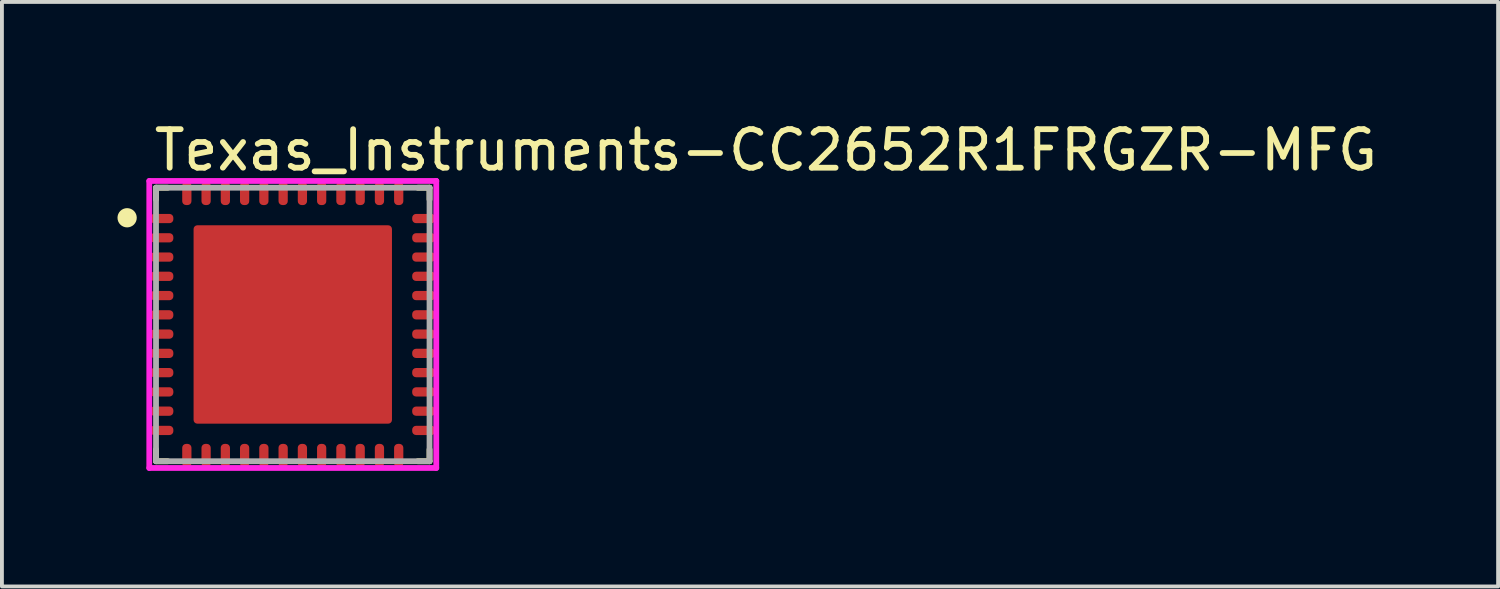
<source format=kicad_pcb>
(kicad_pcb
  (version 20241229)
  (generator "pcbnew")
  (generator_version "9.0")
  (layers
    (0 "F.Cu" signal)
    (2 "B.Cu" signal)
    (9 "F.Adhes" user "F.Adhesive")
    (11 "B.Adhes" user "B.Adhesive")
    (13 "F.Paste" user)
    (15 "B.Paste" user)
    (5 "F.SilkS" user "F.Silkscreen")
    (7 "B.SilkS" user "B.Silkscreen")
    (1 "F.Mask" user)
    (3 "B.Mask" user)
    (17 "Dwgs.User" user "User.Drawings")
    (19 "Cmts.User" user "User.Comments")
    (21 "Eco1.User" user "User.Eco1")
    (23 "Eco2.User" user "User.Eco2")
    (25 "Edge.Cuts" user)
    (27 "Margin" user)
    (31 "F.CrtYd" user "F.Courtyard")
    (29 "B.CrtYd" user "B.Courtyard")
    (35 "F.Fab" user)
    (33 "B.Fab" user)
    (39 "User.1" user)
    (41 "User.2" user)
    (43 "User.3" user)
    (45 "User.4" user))
  (footprint "Texas_Instruments-CC2652R1FRGZR-MFG"
    (layer "F.Cu")
    (at 4.55 5.373)
    (property "Reference" "Texas_Instruments-CC2652R1FRGZR-MFG" (at -3.675 -4.525 0) (layer "F.SilkS") (effects (font (size 1 1) (thickness 0.15)) (justify left)))
    (attr through_hole)
    (fp_line (start -3.55 -3.55) (end -3.245 -3.55) (stroke (width 0.15) (type solid)) (layer "F.SilkS"))
    (fp_line (start -3.55 -3.245) (end -3.55 -3.55) (stroke (width 0.15) (type solid)) (layer "F.SilkS"))
    (fp_line (start -3.55 3.55) (end -3.55 3.245) (stroke (width 0.15) (type solid)) (layer "F.SilkS"))
    (fp_line (start -3.55 3.55) (end -3.245 3.55) (stroke (width 0.15) (type solid)) (layer "F.SilkS"))
    (fp_line (start 3.245 -3.55) (end 3.55 -3.55) (stroke (width 0.15) (type solid)) (layer "F.SilkS"))
    (fp_line (start 3.245 3.55) (end 3.55 3.55) (stroke (width 0.15) (type solid)) (layer "F.SilkS"))
    (fp_line (start 3.55 -3.245) (end 3.55 -3.55) (stroke (width 0.15) (type solid)) (layer "F.SilkS"))
    (fp_line (start 3.55 3.55) (end 3.55 3.245) (stroke (width 0.15) (type solid)) (layer "F.SilkS"))
    (fp_circle (center -4.3 -2.77) (end -4.175 -2.77) (stroke (width 0.25) (type solid)) (fill no) (layer "F.SilkS"))
    (fp_line (start -3.725 -3.725) (end -3.725 3.725) (stroke (width 0.15) (type solid)) (layer "F.CrtYd"))
    (fp_line (start -3.725 3.725) (end 3.725 3.725) (stroke (width 0.15) (type solid)) (layer "F.CrtYd"))
    (fp_line (start 3.725 -3.725) (end -3.725 -3.725) (stroke (width 0.15) (type solid)) (layer "F.CrtYd"))
    (fp_line (start 3.725 -3.725) (end 3.725 -3.725) (stroke (width 0.15) (type solid)) (layer "F.CrtYd"))
    (fp_line (start 3.725 3.725) (end 3.725 -3.725) (stroke (width 0.15) (type solid)) (layer "F.CrtYd"))
    (fp_line (start -3.55 -3.55) (end 3.55 -3.55) (stroke (width 0.15) (type solid)) (layer "F.Fab"))
    (fp_line (start -3.55 3.55) (end -3.55 -3.55) (stroke (width 0.15) (type solid)) (layer "F.Fab"))
    (fp_line (start 3.55 -3.55) (end 3.55 3.55) (stroke (width 0.15) (type solid)) (layer "F.Fab"))
    (fp_line (start 3.55 3.55) (end -3.55 3.55) (stroke (width 0.15) (type solid)) (layer "F.Fab"))
    (pad "" smd roundrect (at -1.89 -1.89) (size 1.06 1.06) (layers "F.Paste") (roundrect_rratio 0.094))
    (pad "" smd roundrect (at -1.89 -0.63) (size 1.06 1.06) (layers "F.Paste") (roundrect_rratio 0.094))
    (pad "" smd roundrect (at -1.89 0.63) (size 1.06 1.06) (layers "F.Paste") (roundrect_rratio 0.094))
    (pad "" smd roundrect (at -1.89 1.89) (size 1.06 1.06) (layers "F.Paste") (roundrect_rratio 0.094))
    (pad "" smd roundrect (at -0.63 -1.89) (size 1.06 1.06) (layers "F.Paste") (roundrect_rratio 0.094))
    (pad "" smd roundrect (at -0.63 -0.63) (size 1.06 1.06) (layers "F.Paste") (roundrect_rratio 0.094))
    (pad "" smd roundrect (at -0.63 0.63) (size 1.06 1.06) (layers "F.Paste") (roundrect_rratio 0.094))
    (pad "" smd roundrect (at -0.63 1.89) (size 1.06 1.06) (layers "F.Paste") (roundrect_rratio 0.094))
    (pad "" smd roundrect (at 0.63 -1.89) (size 1.06 1.06) (layers "F.Paste") (roundrect_rratio 0.094))
    (pad "" smd roundrect (at 0.63 -0.63) (size 1.06 1.06) (layers "F.Paste") (roundrect_rratio 0.094))
    (pad "" smd roundrect (at 0.63 0.63) (size 1.06 1.06) (layers "F.Paste") (roundrect_rratio 0.094))
    (pad "" smd roundrect (at 0.63 1.89) (size 1.06 1.06) (layers "F.Paste") (roundrect_rratio 0.094))
    (pad "" smd roundrect (at 1.89 -1.89) (size 1.06 1.06) (layers "F.Paste") (roundrect_rratio 0.094))
    (pad "" smd roundrect (at 1.89 -0.63) (size 1.06 1.06) (layers "F.Paste") (roundrect_rratio 0.094))
    (pad "" smd roundrect (at 1.89 0.63) (size 1.06 1.06) (layers "F.Paste") (roundrect_rratio 0.094))
    (pad "" smd roundrect (at 1.89 1.89) (size 1.06 1.06) (layers "F.Paste") (roundrect_rratio 0.094))
    (pad "1" smd roundrect (at -3.4 -2.75) (size 0.6 0.24) (layers "F.Cu" "F.Mask" "F.Paste") (roundrect_rratio 0.417))
    (pad "2" smd roundrect (at -3.4 -2.25) (size 0.6 0.24) (layers "F.Cu" "F.Mask" "F.Paste") (roundrect_rratio 0.417))
    (pad "3" smd roundrect (at -3.4 -1.75) (size 0.6 0.24) (layers "F.Cu" "F.Mask" "F.Paste") (roundrect_rratio 0.417))
    (pad "4" smd roundrect (at -3.4 -1.25) (size 0.6 0.24) (layers "F.Cu" "F.Mask" "F.Paste") (roundrect_rratio 0.417))
    (pad "5" smd roundrect (at -3.4 -0.75) (size 0.6 0.24) (layers "F.Cu" "F.Mask" "F.Paste") (roundrect_rratio 0.417))
    (pad "6" smd roundrect (at -3.4 -0.25) (size 0.6 0.24) (layers "F.Cu" "F.Mask" "F.Paste") (roundrect_rratio 0.417))
    (pad "7" smd roundrect (at -3.4 0.25) (size 0.6 0.24) (layers "F.Cu" "F.Mask" "F.Paste") (roundrect_rratio 0.417))
    (pad "8" smd roundrect (at -3.4 0.75) (size 0.6 0.24) (layers "F.Cu" "F.Mask" "F.Paste") (roundrect_rratio 0.417))
    (pad "9" smd roundrect (at -3.4 1.25) (size 0.6 0.24) (layers "F.Cu" "F.Mask" "F.Paste") (roundrect_rratio 0.417))
    (pad "10" smd roundrect (at -3.4 1.75) (size 0.6 0.24) (layers "F.Cu" "F.Mask" "F.Paste") (roundrect_rratio 0.417))
    (pad "11" smd roundrect (at -3.4 2.25) (size 0.6 0.24) (layers "F.Cu" "F.Mask" "F.Paste") (roundrect_rratio 0.417))
    (pad "12" smd roundrect (at -3.4 2.75) (size 0.6 0.24) (layers "F.Cu" "F.Mask" "F.Paste") (roundrect_rratio 0.417))
    (pad "13" smd roundrect (at -2.75 3.4) (size 0.24 0.6) (layers "F.Cu" "F.Mask" "F.Paste") (roundrect_rratio 0.417))
    (pad "14" smd roundrect (at -2.25 3.4) (size 0.24 0.6) (layers "F.Cu" "F.Mask" "F.Paste") (roundrect_rratio 0.417))
    (pad "15" smd roundrect (at -1.75 3.4) (size 0.24 0.6) (layers "F.Cu" "F.Mask" "F.Paste") (roundrect_rratio 0.417))
    (pad "16" smd roundrect (at -1.25 3.4) (size 0.24 0.6) (layers "F.Cu" "F.Mask" "F.Paste") (roundrect_rratio 0.417))
    (pad "17" smd roundrect (at -0.75 3.4) (size 0.24 0.6) (layers "F.Cu" "F.Mask" "F.Paste") (roundrect_rratio 0.417))
    (pad "18" smd roundrect (at -0.25 3.4) (size 0.24 0.6) (layers "F.Cu" "F.Mask" "F.Paste") (roundrect_rratio 0.417))
    (pad "19" smd roundrect (at 0.25 3.4) (size 0.24 0.6) (layers "F.Cu" "F.Mask" "F.Paste") (roundrect_rratio 0.417))
    (pad "20" smd roundrect (at 0.75 3.4) (size 0.24 0.6) (layers "F.Cu" "F.Mask" "F.Paste") (roundrect_rratio 0.417))
    (pad "21" smd roundrect (at 1.25 3.4) (size 0.24 0.6) (layers "F.Cu" "F.Mask" "F.Paste") (roundrect_rratio 0.417))
    (pad "22" smd roundrect (at 1.75 3.4) (size 0.24 0.6) (layers "F.Cu" "F.Mask" "F.Paste") (roundrect_rratio 0.417))
    (pad "23" smd roundrect (at 2.25 3.4) (size 0.24 0.6) (layers "F.Cu" "F.Mask" "F.Paste") (roundrect_rratio 0.417))
    (pad "24" smd roundrect (at 2.75 3.4) (size 0.24 0.6) (layers "F.Cu" "F.Mask" "F.Paste") (roundrect_rratio 0.417))
    (pad "25" smd roundrect (at 3.4 2.75) (size 0.6 0.24) (layers "F.Cu" "F.Mask" "F.Paste") (roundrect_rratio 0.417))
    (pad "26" smd roundrect (at 3.4 2.25) (size 0.6 0.24) (layers "F.Cu" "F.Mask" "F.Paste") (roundrect_rratio 0.417))
    (pad "27" smd roundrect (at 3.4 1.75) (size 0.6 0.24) (layers "F.Cu" "F.Mask" "F.Paste") (roundrect_rratio 0.417))
    (pad "28" smd roundrect (at 3.4 1.25) (size 0.6 0.24) (layers "F.Cu" "F.Mask" "F.Paste") (roundrect_rratio 0.417))
    (pad "29" smd roundrect (at 3.4 0.75) (size 0.6 0.24) (layers "F.Cu" "F.Mask" "F.Paste") (roundrect_rratio 0.417))
    (pad "30" smd roundrect (at 3.4 0.25) (size 0.6 0.24) (layers "F.Cu" "F.Mask" "F.Paste") (roundrect_rratio 0.417))
    (pad "31" smd roundrect (at 3.4 -0.25) (size 0.6 0.24) (layers "F.Cu" "F.Mask" "F.Paste") (roundrect_rratio 0.417))
    (pad "32" smd roundrect (at 3.4 -0.75) (size 0.6 0.24) (layers "F.Cu" "F.Mask" "F.Paste") (roundrect_rratio 0.417))
    (pad "33" smd roundrect (at 3.4 -1.25) (size 0.6 0.24) (layers "F.Cu" "F.Mask" "F.Paste") (roundrect_rratio 0.417))
    (pad "34" smd roundrect (at 3.4 -1.75) (size 0.6 0.24) (layers "F.Cu" "F.Mask" "F.Paste") (roundrect_rratio 0.417))
    (pad "35" smd roundrect (at 3.4 -2.25) (size 0.6 0.24) (layers "F.Cu" "F.Mask" "F.Paste") (roundrect_rratio 0.417))
    (pad "36" smd roundrect (at 3.4 -2.75) (size 0.6 0.24) (layers "F.Cu" "F.Mask" "F.Paste") (roundrect_rratio 0.417))
    (pad "37" smd roundrect (at 2.75 -3.4) (size 0.24 0.6) (layers "F.Cu" "F.Mask" "F.Paste") (roundrect_rratio 0.417))
    (pad "38" smd roundrect (at 2.25 -3.4) (size 0.24 0.6) (layers "F.Cu" "F.Mask" "F.Paste") (roundrect_rratio 0.417))
    (pad "39" smd roundrect (at 1.75 -3.4) (size 0.24 0.6) (layers "F.Cu" "F.Mask" "F.Paste") (roundrect_rratio 0.417))
    (pad "40" smd roundrect (at 1.25 -3.4) (size 0.24 0.6) (layers "F.Cu" "F.Mask" "F.Paste") (roundrect_rratio 0.417))
    (pad "41" smd roundrect (at 0.75 -3.4) (size 0.24 0.6) (layers "F.Cu" "F.Mask" "F.Paste") (roundrect_rratio 0.417))
    (pad "42" smd roundrect (at 0.25 -3.4) (size 0.24 0.6) (layers "F.Cu" "F.Mask" "F.Paste") (roundrect_rratio 0.417))
    (pad "43" smd roundrect (at -0.25 -3.4) (size 0.24 0.6) (layers "F.Cu" "F.Mask" "F.Paste") (roundrect_rratio 0.417))
    (pad "44" smd roundrect (at -0.75 -3.4) (size 0.24 0.6) (layers "F.Cu" "F.Mask" "F.Paste") (roundrect_rratio 0.417))
    (pad "45" smd roundrect (at -1.25 -3.4) (size 0.24 0.6) (layers "F.Cu" "F.Mask" "F.Paste") (roundrect_rratio 0.417))
    (pad "46" smd roundrect (at -1.75 -3.4) (size 0.24 0.6) (layers "F.Cu" "F.Mask" "F.Paste") (roundrect_rratio 0.417))
    (pad "47" smd roundrect (at -2.25 -3.4) (size 0.24 0.6) (layers "F.Cu" "F.Mask" "F.Paste") (roundrect_rratio 0.417))
    (pad "48" smd roundrect (at -2.75 -3.4) (size 0.24 0.6) (layers "F.Cu" "F.Mask" "F.Paste") (roundrect_rratio 0.417))
    (pad "49" smd roundrect (at 0 0) (size 5.15 5.15) (layers "F.Cu" "F.Mask") (roundrect_rratio 0.019)))
  (gr_rect
    (start -3 -3)
    (end 35.839 12.173)
    (stroke (width 0.1) (type default))
    (fill no)
    (layer "Edge.Cuts")))
</source>
